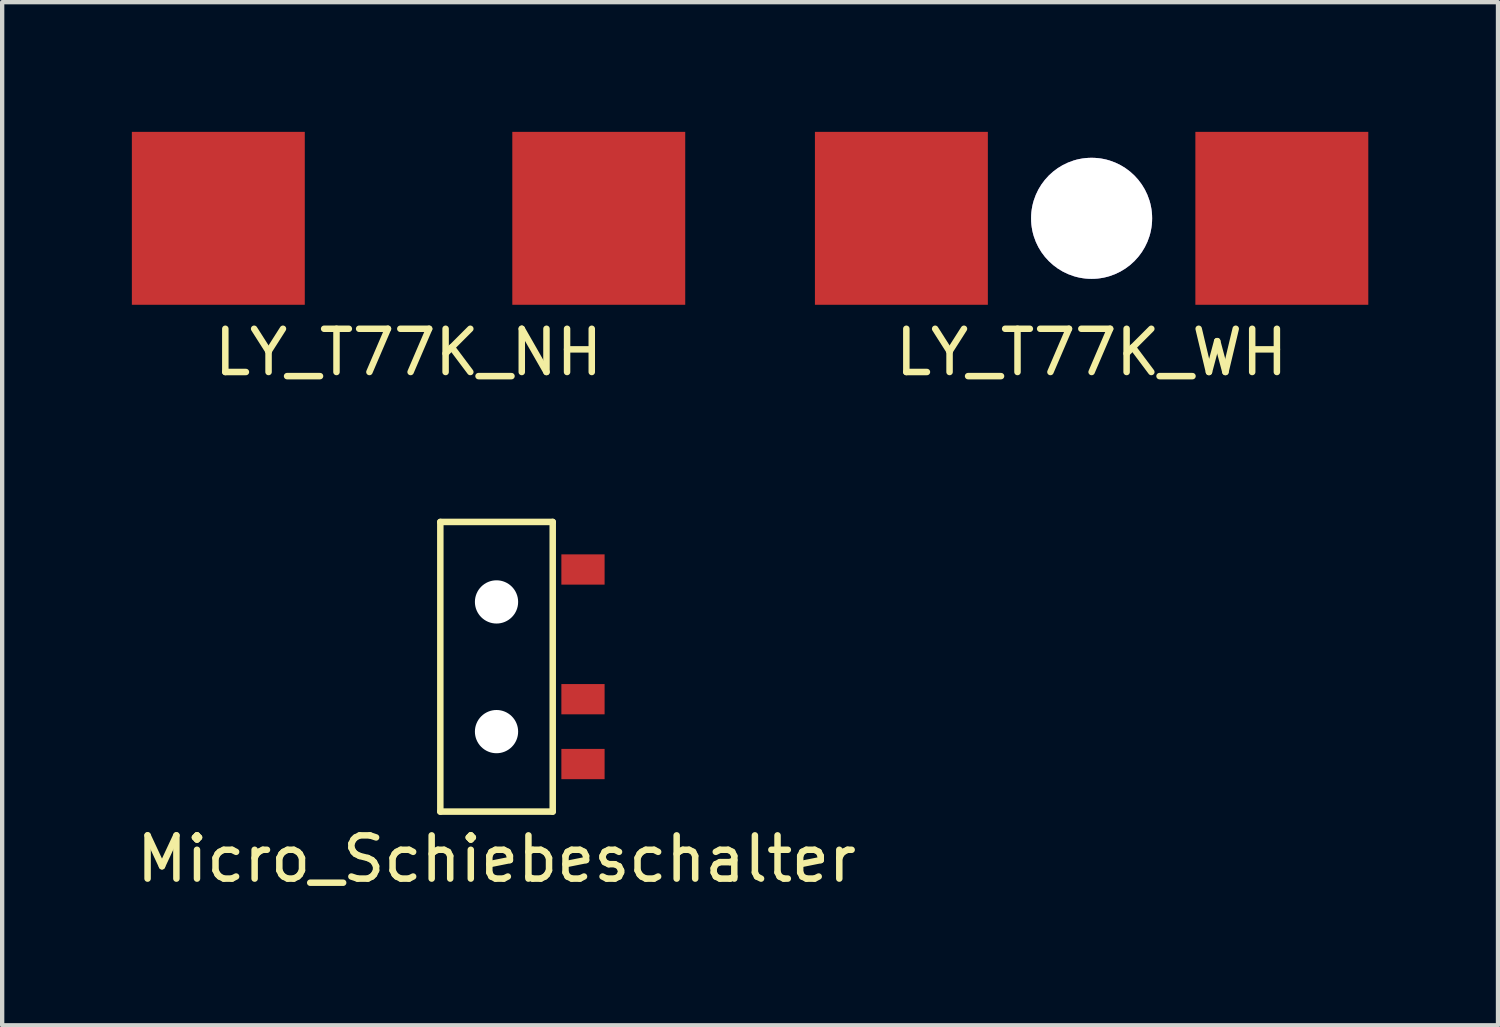
<source format=kicad_pcb>
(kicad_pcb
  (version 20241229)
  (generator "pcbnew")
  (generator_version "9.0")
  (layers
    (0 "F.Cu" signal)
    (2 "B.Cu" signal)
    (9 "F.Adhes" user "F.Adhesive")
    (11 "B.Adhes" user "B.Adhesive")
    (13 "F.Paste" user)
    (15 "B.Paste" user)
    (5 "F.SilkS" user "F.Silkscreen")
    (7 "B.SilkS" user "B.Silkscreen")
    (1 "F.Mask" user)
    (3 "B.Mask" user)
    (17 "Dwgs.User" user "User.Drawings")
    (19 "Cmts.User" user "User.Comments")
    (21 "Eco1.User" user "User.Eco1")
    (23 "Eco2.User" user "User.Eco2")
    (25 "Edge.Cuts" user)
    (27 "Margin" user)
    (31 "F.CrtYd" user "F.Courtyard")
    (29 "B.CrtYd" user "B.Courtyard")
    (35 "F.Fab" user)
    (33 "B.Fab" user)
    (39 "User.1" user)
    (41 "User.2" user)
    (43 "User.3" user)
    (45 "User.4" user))
  (footprint "LY_T77K_NH"
    (layer "F.Cu")
    (at 6.4 2)
    (property "Reference" "LY_T77K_NH" (at 0 3.1 0) (layer "F.SilkS") (effects (font (size 1 1) (thickness 0.15))))
    (attr through_hole)
    (fp_poly (pts (xy -2.4 -1.3) (xy -3.6 -1.3) (xy -3.6 1.3) (xy -2.4 1.3)) (stroke (width 0.15) (type solid)) (fill yes) (layer "F.Mask"))
    (fp_poly (pts (xy 2.4 -1.3) (xy 3.6 -1.3) (xy 3.6 1.3) (xy 2.4 1.3)) (stroke (width 0.15) (type solid)) (fill yes) (layer "F.Mask"))
    (fp_poly (pts (xy -2.4 -1.3) (xy -3.6 -1.3) (xy -3.6 1.3) (xy -2.4 1.3)) (stroke (width 0.15) (type solid)) (fill yes) (layer "F.Paste"))
    (fp_poly (pts (xy 2.4 -1.3) (xy 3.6 -1.3) (xy 3.6 1.3) (xy 2.4 1.3)) (stroke (width 0.15) (type solid)) (fill yes) (layer "F.Paste"))
    (pad "" smd circle (at 0 0) (size 2.8 2.8) (layers "F.Mask"))
    (pad "1" smd rect (at -4.4 0 90) (size 4 4) (layers "F.Cu"))
    (pad "2" smd rect (at 4.4 0) (size 4 4) (layers "F.Cu")))
  (footprint "LY_T77K_WH"
    (layer "F.Cu")
    (at 22.2 2)
    (property "Reference" "LY_T77K_WH" (at 0 3.1 0) (layer "F.SilkS") (effects (font (size 1 1) (thickness 0.15))))
    (attr through_hole)
    (fp_poly (pts (xy -2.4 -1.3) (xy -3.6 -1.3) (xy -3.6 1.3) (xy -2.4 1.3)) (stroke (width 0.15) (type solid)) (fill yes) (layer "F.Mask"))
    (fp_poly (pts (xy 2.4 -1.3) (xy 3.6 -1.3) (xy 3.6 1.3) (xy 2.4 1.3)) (stroke (width 0.15) (type solid)) (fill yes) (layer "F.Mask"))
    (pad "1" smd rect (at -4.4 0 90) (size 4 4) (layers "F.Cu"))
    (pad "2" smd rect (at 4.4 0) (size 4 4) (layers "F.Cu"))
    (pad "~" thru_hole circle (at 0 0) (size 2.8 2.8) (drill 2.8) (layers "*.Cu" "*.Mask")))
  (footprint "Micro_Schiebeschalter"
    (layer "F.Cu")
    (at 8.435 12.373)
    (property "Reference" "Micro_Schiebeschalter" (at 0 4.445 0) (layer "F.SilkS") (effects (font (size 1 1) (thickness 0.15))))
    (attr through_hole)
    (fp_line (start -1.3 -3.35) (end 1.3 -3.35) (stroke (width 0.15) (type solid)) (layer "F.SilkS"))
    (fp_line (start -1.3 3.35) (end -1.3 -3.35) (stroke (width 0.15) (type solid)) (layer "F.SilkS"))
    (fp_line (start -1.3 3.35) (end 1.3 3.35) (stroke (width 0.15) (type solid)) (layer "F.SilkS"))
    (fp_line (start 1.3 -3.35) (end 1.3 3.35) (stroke (width 0.15) (type solid)) (layer "F.SilkS"))
    (pad "" np_thru_hole circle (at 0 -1.5) (size 1 1) (drill 1) (layers "*.Cu" "*.Mask"))
    (pad "" np_thru_hole circle (at 0 1.5) (size 1 1) (drill 1) (layers "*.Cu" "*.Mask"))
    (pad "1" smd rect (at 2 -2.25) (size 1 0.7) (layers "F.Cu" "F.Mask" "F.Paste"))
    (pad "2" smd rect (at 2 0.75) (size 1 0.7) (layers "F.Cu" "F.Mask" "F.Paste"))
    (pad "3" smd rect (at 2 2.25) (size 1 0.7) (layers "F.Cu" "F.Mask" "F.Paste")))
  (gr_rect
    (start -3 -3)
    (end 31.6 20.666)
    (stroke (width 0.1) (type default))
    (fill no)
    (layer "Edge.Cuts")))
</source>
